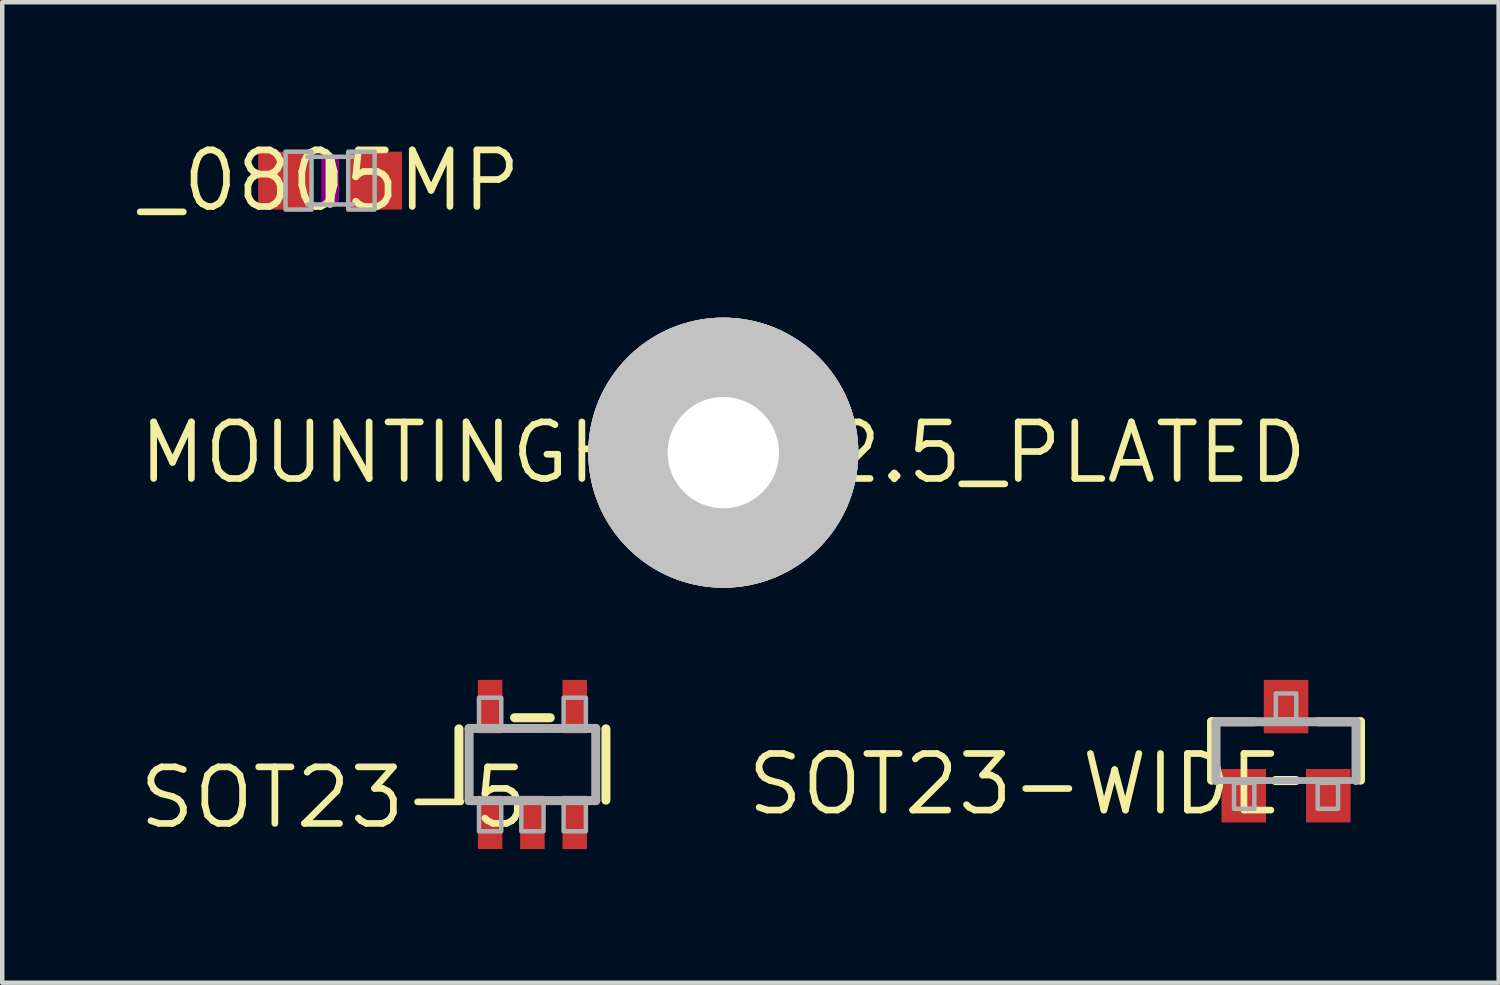
<source format=kicad_pcb>
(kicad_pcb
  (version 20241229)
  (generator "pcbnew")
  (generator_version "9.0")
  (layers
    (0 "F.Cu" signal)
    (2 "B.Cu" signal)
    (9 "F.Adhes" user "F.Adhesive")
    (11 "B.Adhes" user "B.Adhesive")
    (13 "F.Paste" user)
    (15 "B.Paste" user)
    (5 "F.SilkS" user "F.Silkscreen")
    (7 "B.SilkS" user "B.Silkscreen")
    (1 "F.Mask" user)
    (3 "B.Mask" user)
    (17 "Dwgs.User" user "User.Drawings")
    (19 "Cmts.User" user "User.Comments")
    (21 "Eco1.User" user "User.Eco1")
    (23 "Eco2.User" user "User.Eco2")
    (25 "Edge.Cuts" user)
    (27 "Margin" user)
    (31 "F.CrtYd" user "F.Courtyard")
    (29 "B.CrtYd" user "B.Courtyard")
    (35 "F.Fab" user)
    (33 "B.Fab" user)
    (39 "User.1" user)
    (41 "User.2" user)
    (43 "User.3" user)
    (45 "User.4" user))
  (footprint "SOT23-5"
    (layer "F.Cu")
    (at 8.905 14.116)
    (property "Reference" "SOT23-5" (at 0 0 0) (layer "F.SilkS") (effects (font (size 1.27 1.27) (thickness 0.15)) (justify right top)))
    (attr through_hole)
    (fp_line (start -1.65 -0.8) (end -1.65 0.8) (stroke (width 0.203) (type solid)) (layer "F.SilkS"))
    (fp_line (start -0.4 -1.05) (end 0.4 -1.05) (stroke (width 0.203) (type solid)) (layer "F.SilkS"))
    (fp_line (start 1.65 -0.8) (end 1.65 0.8) (stroke (width 0.203) (type solid)) (layer "F.SilkS"))
    (fp_line (start -1.422 -0.81) (end 1.422 -0.81) (stroke (width 0.203) (type solid)) (layer "F.Fab"))
    (fp_line (start -1.422 0.81) (end -1.422 -0.81) (stroke (width 0.203) (type solid)) (layer "F.Fab"))
    (fp_line (start 1.422 -0.81) (end 1.422 0.81) (stroke (width 0.203) (type solid)) (layer "F.Fab"))
    (fp_line (start 1.422 0.81) (end -1.422 0.81) (stroke (width 0.203) (type solid)) (layer "F.Fab"))
    (fp_poly (pts (xy -1.2 -0.85) (xy -0.7 -0.85) (xy -0.7 -1.5) (xy -1.2 -1.5)) (stroke (width 0.1) (type solid)) (fill no) (layer "F.Fab"))
    (fp_poly (pts (xy -1.2 1.5) (xy -0.7 1.5) (xy -0.7 0.85) (xy -1.2 0.85)) (stroke (width 0.1) (type solid)) (fill no) (layer "F.Fab"))
    (fp_poly (pts (xy -0.25 1.5) (xy 0.25 1.5) (xy 0.25 0.85) (xy -0.25 0.85)) (stroke (width 0.1) (type solid)) (fill no) (layer "F.Fab"))
    (fp_poly (pts (xy 0.7 -0.85) (xy 1.2 -0.85) (xy 1.2 -1.5) (xy 0.7 -1.5)) (stroke (width 0.1) (type solid)) (fill no) (layer "F.Fab"))
    (fp_poly (pts (xy 0.7 1.5) (xy 1.2 1.5) (xy 1.2 0.85) (xy 0.7 0.85)) (stroke (width 0.1) (type solid)) (fill no) (layer "F.Fab"))
    (pad "1" smd rect (at -0.95 1.3) (size 0.55 1.2) (layers "F.Cu" "F.Mask" "F.Paste"))
    (pad "2" smd rect (at 0 1.3) (size 0.55 1.2) (layers "F.Cu" "F.Mask" "F.Paste"))
    (pad "3" smd rect (at 0.95 1.3) (size 0.55 1.2) (layers "F.Cu" "F.Mask" "F.Paste"))
    (pad "4" smd rect (at 0.95 -1.3) (size 0.55 1.2) (layers "F.Cu" "F.Mask" "F.Paste"))
    (pad "5" smd rect (at -0.95 -1.3) (size 0.55 1.2) (layers "F.Cu" "F.Mask" "F.Paste")))
  (footprint "_0805MP"
    (layer "F.Cu")
    (at 4.362 1.006)
    (property "Reference" "_0805MP" (at 0 0 0) (layer "F.SilkS") (effects (font (size 1.27 1.27) (thickness 0.15))))
    (attr through_hole)
    (fp_line (start 0 -0.508) (end 0 0.508) (stroke (width 0.203) (type solid)) (layer "F.SilkS"))
    (fp_poly (pts (xy -0.2 0.5) (xy 0.2 0.5) (xy 0.2 -0.5) (xy -0.2 -0.5)) (stroke (width 0) (type solid)) (fill yes) (layer "F.Adhes"))
    (fp_line (start -0.51 -0.535) (end 0.51 -0.535) (stroke (width 0.102) (type solid)) (layer "F.Fab"))
    (fp_line (start -0.51 0.535) (end 0.51 0.535) (stroke (width 0.102) (type solid)) (layer "F.Fab"))
    (fp_poly (pts (xy -1 0.65) (xy -0.417 0.65) (xy -0.417 -0.65) (xy -1 -0.65)) (stroke (width 0.1) (type solid)) (fill no) (layer "F.Fab"))
    (fp_poly (pts (xy 0.406 0.65) (xy 1 0.65) (xy 1 -0.65) (xy 0.406 -0.65)) (stroke (width 0.1) (type solid)) (fill no) (layer "F.Fab"))
    (pad "1" smd rect (at -1.016 0) (size 1.2 1.3) (layers "F.Cu" "F.Mask" "F.Paste"))
    (pad "2" smd rect (at 1.016 0) (size 1.2 1.3) (layers "F.Cu" "F.Mask" "F.Paste")))
  (footprint "SOT23-WIDE"
    (layer "F.Cu")
    (at 25.826 13.816)
    (property "Reference" "SOT23-WIDE" (at 0 0 0) (layer "F.SilkS") (effects (font (size 1.27 1.27) (thickness 0.15)) (justify right top)))
    (attr through_hole)
    (fp_line (start -1.672 -0.66) (end -0.714 -0.66) (stroke (width 0.203) (type solid)) (layer "F.SilkS"))
    (fp_line (start -1.672 0.652) (end -1.672 -0.66) (stroke (width 0.203) (type solid)) (layer "F.SilkS"))
    (fp_line (start 0.222 0.66) (end -0.236 0.66) (stroke (width 0.203) (type solid)) (layer "F.SilkS"))
    (fp_line (start 0.714 -0.66) (end 1.672 -0.66) (stroke (width 0.203) (type solid)) (layer "F.SilkS"))
    (fp_line (start 1.672 -0.66) (end 1.672 0.652) (stroke (width 0.203) (type solid)) (layer "F.SilkS"))
    (fp_line (start -1.572 -0.66) (end 1.572 -0.66) (stroke (width 0.203) (type solid)) (layer "F.Fab"))
    (fp_line (start -1.572 0.66) (end -1.572 -0.66) (stroke (width 0.203) (type solid)) (layer "F.Fab"))
    (fp_line (start 1.572 -0.66) (end 1.572 0.66) (stroke (width 0.203) (type solid)) (layer "F.Fab"))
    (fp_line (start 1.572 0.66) (end -1.572 0.66) (stroke (width 0.152) (type solid)) (layer "F.Fab"))
    (fp_poly (pts (xy -1.168 1.295) (xy -0.711 1.295) (xy -0.711 0.711) (xy -1.168 0.711)) (stroke (width 0.1) (type solid)) (fill no) (layer "F.Fab"))
    (fp_poly (pts (xy -0.229 -0.711) (xy 0.229 -0.711) (xy 0.229 -1.295) (xy -0.229 -1.295)) (stroke (width 0.1) (type solid)) (fill no) (layer "F.Fab"))
    (fp_poly (pts (xy 0.711 1.295) (xy 1.168 1.295) (xy 1.168 0.711) (xy 0.711 0.711)) (stroke (width 0.1) (type solid)) (fill no) (layer "F.Fab"))
    (pad "1" smd rect (at -0.95 1) (size 1 1.2) (layers "F.Cu" "F.Mask" "F.Paste"))
    (pad "2" smd rect (at 0.95 1) (size 1 1.2) (layers "F.Cu" "F.Mask" "F.Paste"))
    (pad "3" smd rect (at 0 -1) (size 1 1.2) (layers "F.Cu" "F.Mask" "F.Paste")))
  (footprint "MOUNTINGHOLE_2.5_PLATED"
    (layer "F.Cu")
    (at 13.191 7.114)
    (property "Reference" "MOUNTINGHOLE_2.5_PLATED" (at 0 0 0) (layer "F.SilkS") (effects (font (size 1.27 1.27) (thickness 0.15))))
    (attr through_hole)
    (fp_circle (center 0 0) (end 2 0) (stroke (width 0.203) (type solid)) (fill no) (layer "F.SilkS"))
    (fp_circle (center 0 0) (end 1 0) (stroke (width 2.032) (type solid)) (fill no) (layer "Dwgs.User"))
    (fp_circle (center 0 0) (end 1 0) (stroke (width 2.032) (type solid)) (fill no) (layer "Dwgs.User"))
    (fp_circle (center 0 0) (end 1 0) (stroke (width 2.032) (type solid)) (fill no) (layer "Dwgs.User"))
    (fp_circle (center 0 0) (end 1 0) (stroke (width 2.032) (type solid)) (fill no) (layer "Dwgs.User"))
    (pad "P$1" thru_hole circle (at 0 0) (size 3.2 3.2) (drill 2.5) (layers "*.Cu" "*.Mask")))
  (gr_rect
    (start -3 -3)
    (end 30.6 19.016)
    (stroke (width 0.1) (type default))
    (fill no)
    (layer "Edge.Cuts")))
</source>
